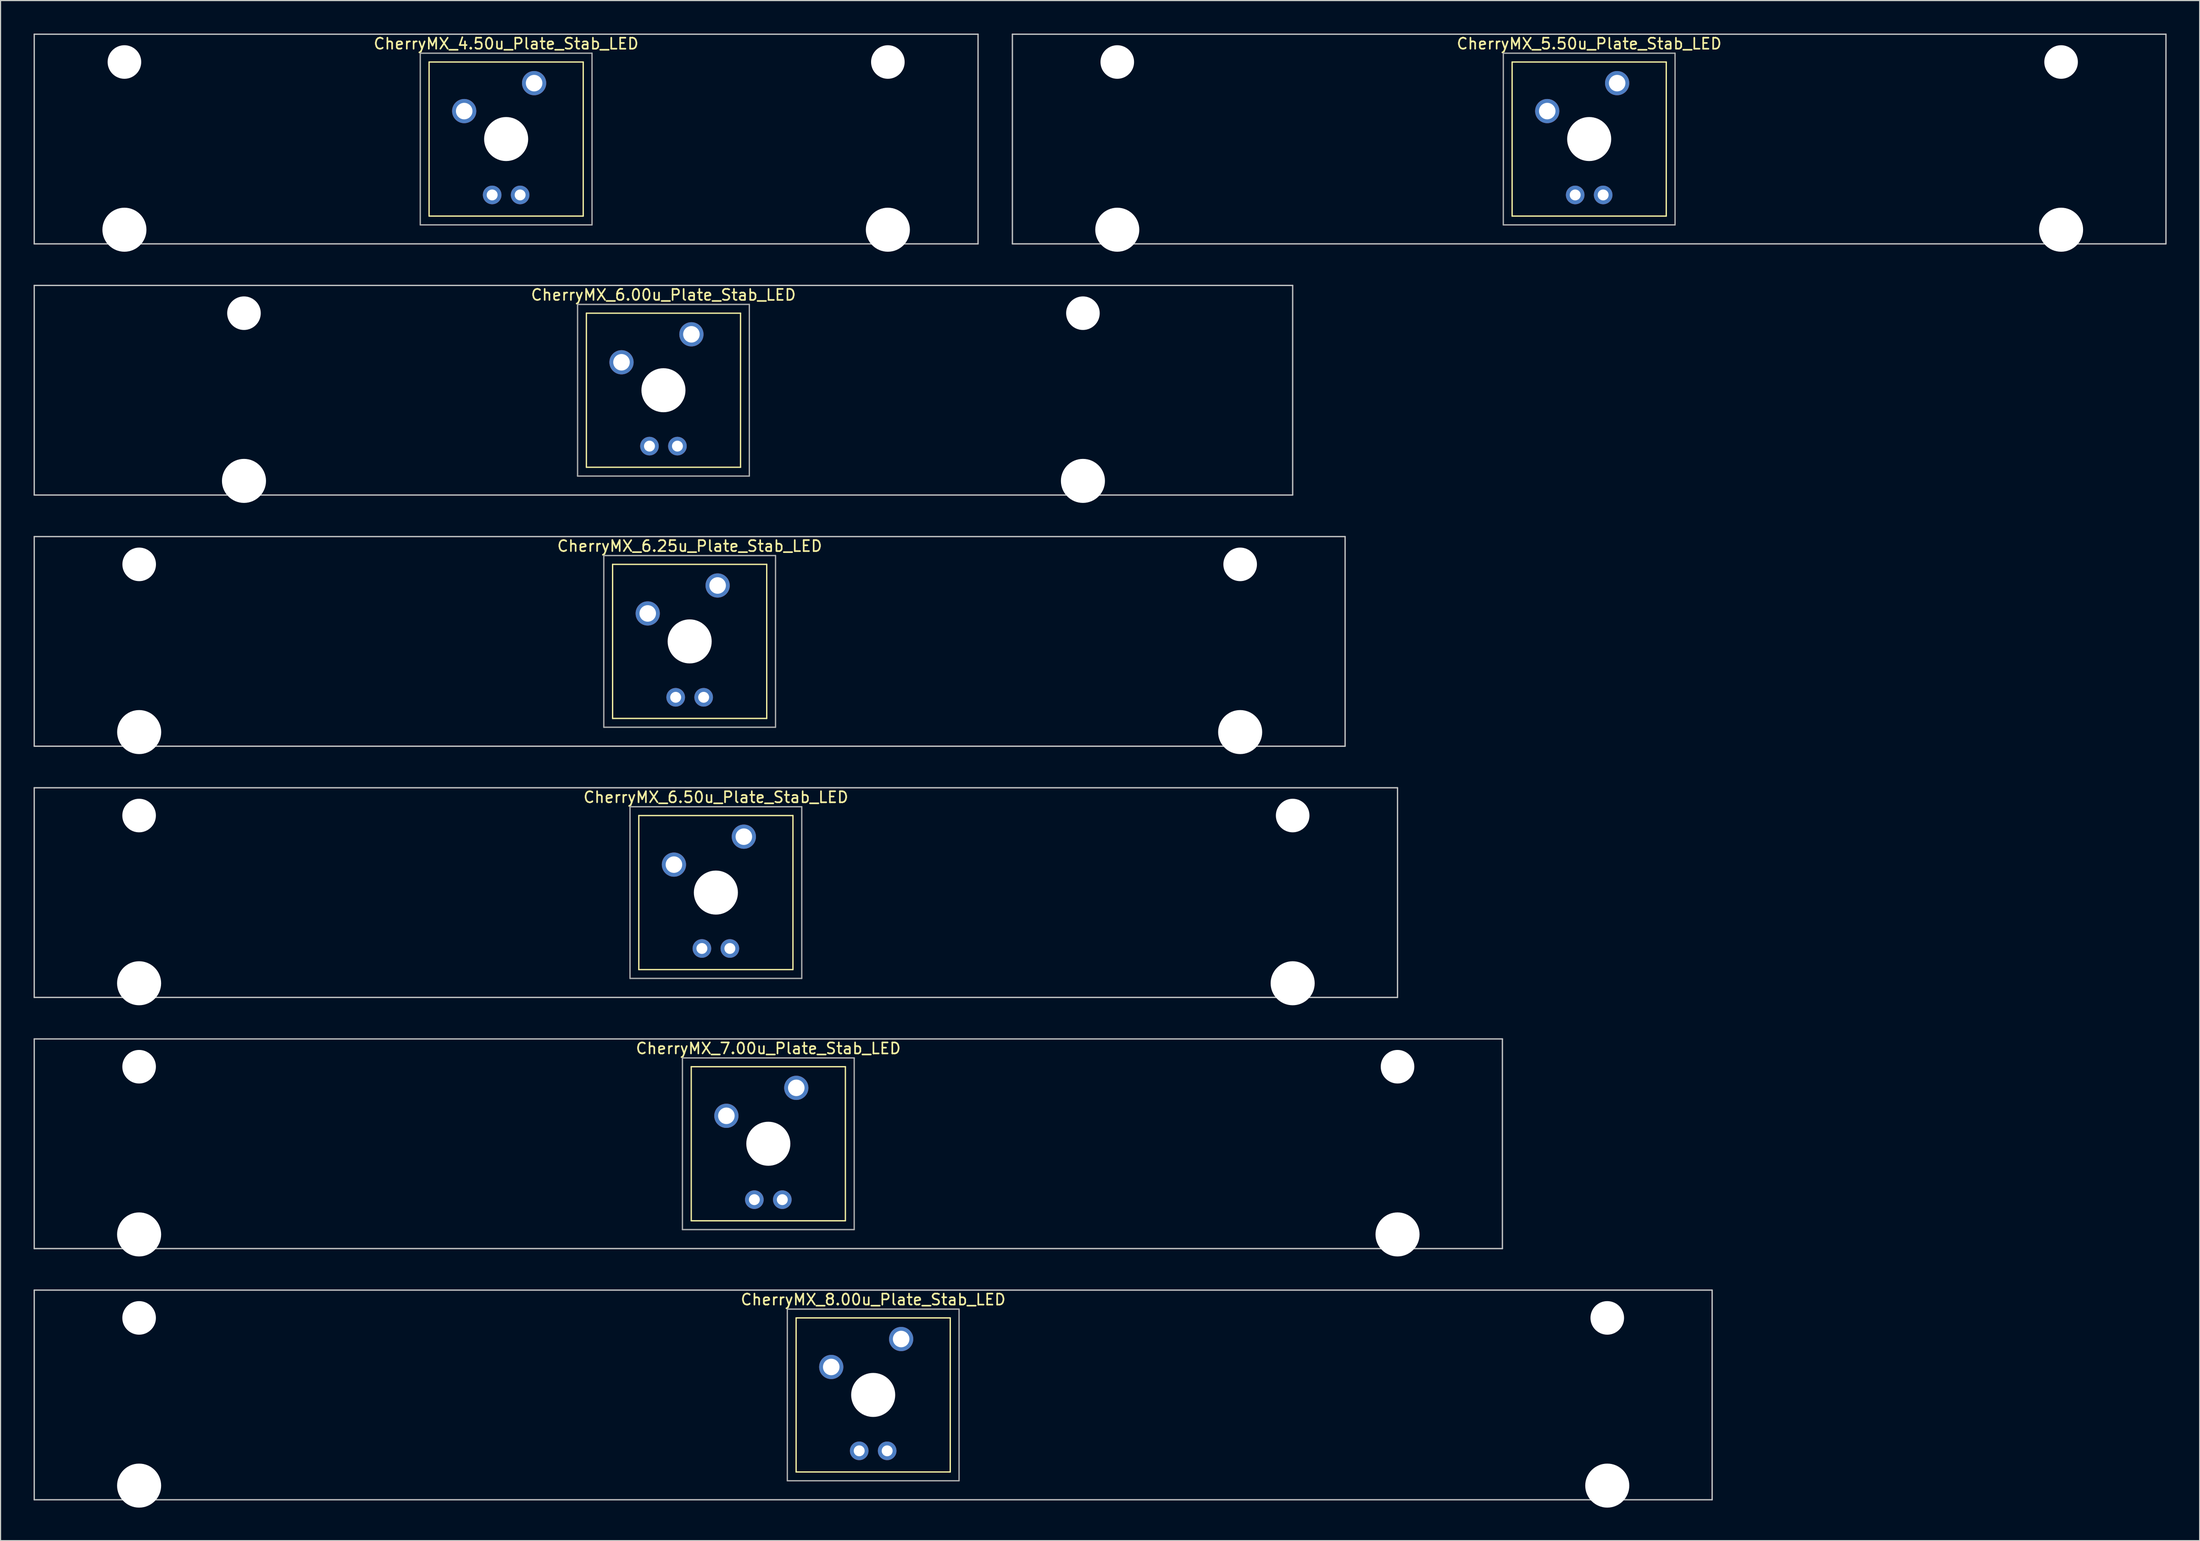
<source format=kicad_pcb>
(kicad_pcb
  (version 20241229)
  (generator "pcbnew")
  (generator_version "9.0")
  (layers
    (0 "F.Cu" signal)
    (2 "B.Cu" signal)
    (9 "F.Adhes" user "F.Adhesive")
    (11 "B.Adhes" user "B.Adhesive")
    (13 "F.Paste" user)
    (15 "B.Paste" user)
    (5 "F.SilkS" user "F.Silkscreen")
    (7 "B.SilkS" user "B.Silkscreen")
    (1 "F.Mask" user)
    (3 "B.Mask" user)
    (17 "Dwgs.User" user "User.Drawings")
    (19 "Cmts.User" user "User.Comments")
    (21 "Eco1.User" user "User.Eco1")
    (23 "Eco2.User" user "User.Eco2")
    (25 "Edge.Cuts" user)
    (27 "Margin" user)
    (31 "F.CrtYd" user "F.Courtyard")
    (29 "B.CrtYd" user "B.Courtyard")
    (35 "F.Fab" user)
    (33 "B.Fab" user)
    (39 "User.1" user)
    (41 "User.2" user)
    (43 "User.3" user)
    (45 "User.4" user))
  (footprint "CherryMX_4.50u_Plate_Stab_LED"
    (layer "F.Cu")
    (at 42.922 9.585)
    (property "Reference" "CherryMX_4.50u_Plate_Stab_LED" (at 0 -8.662 0) (layer "F.SilkS") (effects (font (size 1 1) (thickness 0.15))))
    (attr through_hole)
    (fp_line (start -7 -7) (end -7 7) (stroke (width 0.12) (type solid)) (layer "F.SilkS"))
    (fp_line (start -7 -7) (end 7 -7) (stroke (width 0.12) (type solid)) (layer "F.SilkS"))
    (fp_line (start 7 -7) (end 7 7) (stroke (width 0.12) (type solid)) (layer "F.SilkS"))
    (fp_line (start 7 7) (end -7 7) (stroke (width 0.12) (type solid)) (layer "F.SilkS"))
    (fp_line (start -42.862 -9.525) (end 42.862 -9.525) (stroke (width 0.12) (type solid)) (layer "Dwgs.User"))
    (fp_line (start -42.862 9.525) (end -42.862 -9.525) (stroke (width 0.12) (type solid)) (layer "Dwgs.User"))
    (fp_line (start 42.862 -9.525) (end 42.862 9.525) (stroke (width 0.12) (type solid)) (layer "Dwgs.User"))
    (fp_line (start 42.862 9.525) (end -42.862 9.525) (stroke (width 0.12) (type solid)) (layer "Dwgs.User"))
    (fp_line (start -7.8 -7.8) (end -7.8 7.8) (stroke (width 0.12) (type solid)) (layer "F.Fab"))
    (fp_line (start -7.8 -7.8) (end 7.8 -7.8) (stroke (width 0.12) (type solid)) (layer "F.Fab"))
    (fp_line (start -7.8 7.8) (end 7.8 7.8) (stroke (width 0.12) (type solid)) (layer "F.Fab"))
    (fp_line (start 7.8 -7.8) (end 7.8 7.8) (stroke (width 0.12) (type solid)) (layer "F.Fab"))
    (pad "" np_thru_hole circle (at -34.671 -7) (size 3.05 3.05) (drill 3.05) (layers "*.Cu" "*.Mask"))
    (pad "" np_thru_hole circle (at -34.671 8.24) (size 4 4) (drill 4) (layers "*.Cu" "*.Mask"))
    (pad "" np_thru_hole circle (at 0 0) (size 4 4) (drill 4) (layers "*.Cu" "*.Mask"))
    (pad "" np_thru_hole circle (at 34.671 -7) (size 3.05 3.05) (drill 3.05) (layers "*.Cu" "*.Mask"))
    (pad "" np_thru_hole circle (at 34.671 8.24) (size 4 4) (drill 4) (layers "*.Cu" "*.Mask"))
    (pad "1" thru_hole circle (at -3.81 -2.54) (size 2.2 2.2) (drill 1.5) (layers "*.Cu" "*.Mask"))
    (pad "2" thru_hole circle (at 2.54 -5.08) (size 2.2 2.2) (drill 1.5) (layers "*.Cu" "*.Mask"))
    (pad "3" thru_hole circle (at -1.27 5.08) (size 1.691 1.691) (drill 0.991) (layers "*.Cu" "*.Mask"))
    (pad "4" thru_hole circle (at 1.27 5.08) (size 1.691 1.691) (drill 0.991) (layers "*.Cu" "*.Mask")))
  (footprint "CherryMX_6.25u_Plate_Stab_LED"
    (layer "F.Cu")
    (at 59.591 55.235)
    (property "Reference" "CherryMX_6.25u_Plate_Stab_LED" (at 0 -8.662 0) (layer "F.SilkS") (effects (font (size 1 1) (thickness 0.15))))
    (attr through_hole)
    (fp_line (start -7 -7) (end -7 7) (stroke (width 0.12) (type solid)) (layer "F.SilkS"))
    (fp_line (start -7 -7) (end 7 -7) (stroke (width 0.12) (type solid)) (layer "F.SilkS"))
    (fp_line (start 7 -7) (end 7 7) (stroke (width 0.12) (type solid)) (layer "F.SilkS"))
    (fp_line (start 7 7) (end -7 7) (stroke (width 0.12) (type solid)) (layer "F.SilkS"))
    (fp_line (start -59.531 -9.525) (end 59.531 -9.525) (stroke (width 0.12) (type solid)) (layer "Dwgs.User"))
    (fp_line (start -59.531 9.525) (end -59.531 -9.525) (stroke (width 0.12) (type solid)) (layer "Dwgs.User"))
    (fp_line (start 59.531 -9.525) (end 59.531 9.525) (stroke (width 0.12) (type solid)) (layer "Dwgs.User"))
    (fp_line (start 59.531 9.525) (end -59.531 9.525) (stroke (width 0.12) (type solid)) (layer "Dwgs.User"))
    (fp_line (start -7.8 -7.8) (end -7.8 7.8) (stroke (width 0.12) (type solid)) (layer "F.Fab"))
    (fp_line (start -7.8 -7.8) (end 7.8 -7.8) (stroke (width 0.12) (type solid)) (layer "F.Fab"))
    (fp_line (start -7.8 7.8) (end 7.8 7.8) (stroke (width 0.12) (type solid)) (layer "F.Fab"))
    (fp_line (start 7.8 -7.8) (end 7.8 7.8) (stroke (width 0.12) (type solid)) (layer "F.Fab"))
    (pad "" np_thru_hole circle (at -50 -7) (size 3.05 3.05) (drill 3.05) (layers "*.Cu" "*.Mask"))
    (pad "" np_thru_hole circle (at -50 8.24) (size 4 4) (drill 4) (layers "*.Cu" "*.Mask"))
    (pad "" np_thru_hole circle (at 0 0) (size 4 4) (drill 4) (layers "*.Cu" "*.Mask"))
    (pad "" np_thru_hole circle (at 50 -7) (size 3.05 3.05) (drill 3.05) (layers "*.Cu" "*.Mask"))
    (pad "" np_thru_hole circle (at 50 8.24) (size 4 4) (drill 4) (layers "*.Cu" "*.Mask"))
    (pad "1" thru_hole circle (at -3.81 -2.54) (size 2.2 2.2) (drill 1.5) (layers "*.Cu" "*.Mask"))
    (pad "2" thru_hole circle (at 2.54 -5.08) (size 2.2 2.2) (drill 1.5) (layers "*.Cu" "*.Mask"))
    (pad "3" thru_hole circle (at -1.27 5.08) (size 1.691 1.691) (drill 0.991) (layers "*.Cu" "*.Mask"))
    (pad "4" thru_hole circle (at 1.27 5.08) (size 1.691 1.691) (drill 0.991) (layers "*.Cu" "*.Mask")))
  (footprint "CherryMX_6.00u_Plate_Stab_LED"
    (layer "F.Cu")
    (at 57.21 32.41)
    (property "Reference" "CherryMX_6.00u_Plate_Stab_LED" (at 0 -8.662 0) (layer "F.SilkS") (effects (font (size 1 1) (thickness 0.15))))
    (attr through_hole)
    (fp_line (start -7 -7) (end -7 7) (stroke (width 0.12) (type solid)) (layer "F.SilkS"))
    (fp_line (start -7 -7) (end 7 -7) (stroke (width 0.12) (type solid)) (layer "F.SilkS"))
    (fp_line (start 7 -7) (end 7 7) (stroke (width 0.12) (type solid)) (layer "F.SilkS"))
    (fp_line (start 7 7) (end -7 7) (stroke (width 0.12) (type solid)) (layer "F.SilkS"))
    (fp_line (start -57.15 -9.525) (end 57.15 -9.525) (stroke (width 0.12) (type solid)) (layer "Dwgs.User"))
    (fp_line (start -57.15 9.525) (end -57.15 -9.525) (stroke (width 0.12) (type solid)) (layer "Dwgs.User"))
    (fp_line (start 57.15 -9.525) (end 57.15 9.525) (stroke (width 0.12) (type solid)) (layer "Dwgs.User"))
    (fp_line (start 57.15 9.525) (end -57.15 9.525) (stroke (width 0.12) (type solid)) (layer "Dwgs.User"))
    (fp_line (start -7.8 -7.8) (end -7.8 7.8) (stroke (width 0.12) (type solid)) (layer "F.Fab"))
    (fp_line (start -7.8 -7.8) (end 7.8 -7.8) (stroke (width 0.12) (type solid)) (layer "F.Fab"))
    (fp_line (start -7.8 7.8) (end 7.8 7.8) (stroke (width 0.12) (type solid)) (layer "F.Fab"))
    (fp_line (start 7.8 -7.8) (end 7.8 7.8) (stroke (width 0.12) (type solid)) (layer "F.Fab"))
    (pad "" np_thru_hole circle (at -38.1 -7) (size 3.05 3.05) (drill 3.05) (layers "*.Cu" "*.Mask"))
    (pad "" np_thru_hole circle (at -38.1 8.24) (size 4 4) (drill 4) (layers "*.Cu" "*.Mask"))
    (pad "" np_thru_hole circle (at 0 0) (size 4 4) (drill 4) (layers "*.Cu" "*.Mask"))
    (pad "" np_thru_hole circle (at 38.1 -7) (size 3.05 3.05) (drill 3.05) (layers "*.Cu" "*.Mask"))
    (pad "" np_thru_hole circle (at 38.1 8.24) (size 4 4) (drill 4) (layers "*.Cu" "*.Mask"))
    (pad "1" thru_hole circle (at -3.81 -2.54) (size 2.2 2.2) (drill 1.5) (layers "*.Cu" "*.Mask"))
    (pad "2" thru_hole circle (at 2.54 -5.08) (size 2.2 2.2) (drill 1.5) (layers "*.Cu" "*.Mask"))
    (pad "3" thru_hole circle (at -1.27 5.08) (size 1.691 1.691) (drill 0.991) (layers "*.Cu" "*.Mask"))
    (pad "4" thru_hole circle (at 1.27 5.08) (size 1.691 1.691) (drill 0.991) (layers "*.Cu" "*.Mask")))
  (footprint "CherryMX_8.00u_Plate_Stab_LED"
    (layer "F.Cu")
    (at 76.26 123.71)
    (property "Reference" "CherryMX_8.00u_Plate_Stab_LED" (at 0 -8.662 0) (layer "F.SilkS") (effects (font (size 1 1) (thickness 0.15))))
    (attr through_hole)
    (fp_line (start -7 -7) (end -7 7) (stroke (width 0.12) (type solid)) (layer "F.SilkS"))
    (fp_line (start -7 -7) (end 7 -7) (stroke (width 0.12) (type solid)) (layer "F.SilkS"))
    (fp_line (start 7 -7) (end 7 7) (stroke (width 0.12) (type solid)) (layer "F.SilkS"))
    (fp_line (start 7 7) (end -7 7) (stroke (width 0.12) (type solid)) (layer "F.SilkS"))
    (fp_line (start -76.2 -9.525) (end 76.2 -9.525) (stroke (width 0.12) (type solid)) (layer "Dwgs.User"))
    (fp_line (start -76.2 9.525) (end -76.2 -9.525) (stroke (width 0.12) (type solid)) (layer "Dwgs.User"))
    (fp_line (start 76.2 -9.525) (end 76.2 9.525) (stroke (width 0.12) (type solid)) (layer "Dwgs.User"))
    (fp_line (start 76.2 9.525) (end -76.2 9.525) (stroke (width 0.12) (type solid)) (layer "Dwgs.User"))
    (fp_line (start -7.8 -7.8) (end -7.8 7.8) (stroke (width 0.12) (type solid)) (layer "F.Fab"))
    (fp_line (start -7.8 -7.8) (end 7.8 -7.8) (stroke (width 0.12) (type solid)) (layer "F.Fab"))
    (fp_line (start -7.8 7.8) (end 7.8 7.8) (stroke (width 0.12) (type solid)) (layer "F.Fab"))
    (fp_line (start 7.8 -7.8) (end 7.8 7.8) (stroke (width 0.12) (type solid)) (layer "F.Fab"))
    (pad "" np_thru_hole circle (at -66.675 -7) (size 3.05 3.05) (drill 3.05) (layers "*.Cu" "*.Mask"))
    (pad "" np_thru_hole circle (at -66.675 8.24) (size 4 4) (drill 4) (layers "*.Cu" "*.Mask"))
    (pad "" np_thru_hole circle (at 0 0) (size 4 4) (drill 4) (layers "*.Cu" "*.Mask"))
    (pad "" np_thru_hole circle (at 66.675 -7) (size 3.05 3.05) (drill 3.05) (layers "*.Cu" "*.Mask"))
    (pad "" np_thru_hole circle (at 66.675 8.24) (size 4 4) (drill 4) (layers "*.Cu" "*.Mask"))
    (pad "1" thru_hole circle (at -3.81 -2.54) (size 2.2 2.2) (drill 1.5) (layers "*.Cu" "*.Mask"))
    (pad "2" thru_hole circle (at 2.54 -5.08) (size 2.2 2.2) (drill 1.5) (layers "*.Cu" "*.Mask"))
    (pad "3" thru_hole circle (at -1.27 5.08) (size 1.691 1.691) (drill 0.991) (layers "*.Cu" "*.Mask"))
    (pad "4" thru_hole circle (at 1.27 5.08) (size 1.691 1.691) (drill 0.991) (layers "*.Cu" "*.Mask")))
  (footprint "CherryMX_5.50u_Plate_Stab_LED"
    (layer "F.Cu")
    (at 141.292 9.585)
    (property "Reference" "CherryMX_5.50u_Plate_Stab_LED" (at 0 -8.662 0) (layer "F.SilkS") (effects (font (size 1 1) (thickness 0.15))))
    (attr through_hole)
    (fp_line (start -7 -7) (end -7 7) (stroke (width 0.12) (type solid)) (layer "F.SilkS"))
    (fp_line (start -7 -7) (end 7 -7) (stroke (width 0.12) (type solid)) (layer "F.SilkS"))
    (fp_line (start 7 -7) (end 7 7) (stroke (width 0.12) (type solid)) (layer "F.SilkS"))
    (fp_line (start 7 7) (end -7 7) (stroke (width 0.12) (type solid)) (layer "F.SilkS"))
    (fp_line (start -52.388 -9.525) (end 52.388 -9.525) (stroke (width 0.12) (type solid)) (layer "Dwgs.User"))
    (fp_line (start -52.388 9.525) (end -52.388 -9.525) (stroke (width 0.12) (type solid)) (layer "Dwgs.User"))
    (fp_line (start 52.388 -9.525) (end 52.388 9.525) (stroke (width 0.12) (type solid)) (layer "Dwgs.User"))
    (fp_line (start 52.388 9.525) (end -52.388 9.525) (stroke (width 0.12) (type solid)) (layer "Dwgs.User"))
    (fp_line (start -7.8 -7.8) (end -7.8 7.8) (stroke (width 0.12) (type solid)) (layer "F.Fab"))
    (fp_line (start -7.8 -7.8) (end 7.8 -7.8) (stroke (width 0.12) (type solid)) (layer "F.Fab"))
    (fp_line (start -7.8 7.8) (end 7.8 7.8) (stroke (width 0.12) (type solid)) (layer "F.Fab"))
    (fp_line (start 7.8 -7.8) (end 7.8 7.8) (stroke (width 0.12) (type solid)) (layer "F.Fab"))
    (pad "" np_thru_hole circle (at -42.862 -7) (size 3.05 3.05) (drill 3.05) (layers "*.Cu" "*.Mask"))
    (pad "" np_thru_hole circle (at -42.862 8.24) (size 4 4) (drill 4) (layers "*.Cu" "*.Mask"))
    (pad "" np_thru_hole circle (at 0 0) (size 4 4) (drill 4) (layers "*.Cu" "*.Mask"))
    (pad "" np_thru_hole circle (at 42.862 -7) (size 3.05 3.05) (drill 3.05) (layers "*.Cu" "*.Mask"))
    (pad "" np_thru_hole circle (at 42.862 8.24) (size 4 4) (drill 4) (layers "*.Cu" "*.Mask"))
    (pad "1" thru_hole circle (at -3.81 -2.54) (size 2.2 2.2) (drill 1.5) (layers "*.Cu" "*.Mask"))
    (pad "2" thru_hole circle (at 2.54 -5.08) (size 2.2 2.2) (drill 1.5) (layers "*.Cu" "*.Mask"))
    (pad "3" thru_hole circle (at -1.27 5.08) (size 1.691 1.691) (drill 0.991) (layers "*.Cu" "*.Mask"))
    (pad "4" thru_hole circle (at 1.27 5.08) (size 1.691 1.691) (drill 0.991) (layers "*.Cu" "*.Mask")))
  (footprint "CherryMX_7.00u_Plate_Stab_LED"
    (layer "F.Cu")
    (at 66.735 100.885)
    (property "Reference" "CherryMX_7.00u_Plate_Stab_LED" (at 0 -8.662 0) (layer "F.SilkS") (effects (font (size 1 1) (thickness 0.15))))
    (attr through_hole)
    (fp_line (start -7 -7) (end -7 7) (stroke (width 0.12) (type solid)) (layer "F.SilkS"))
    (fp_line (start -7 -7) (end 7 -7) (stroke (width 0.12) (type solid)) (layer "F.SilkS"))
    (fp_line (start 7 -7) (end 7 7) (stroke (width 0.12) (type solid)) (layer "F.SilkS"))
    (fp_line (start 7 7) (end -7 7) (stroke (width 0.12) (type solid)) (layer "F.SilkS"))
    (fp_line (start -66.675 -9.525) (end 66.675 -9.525) (stroke (width 0.12) (type solid)) (layer "Dwgs.User"))
    (fp_line (start -66.675 9.525) (end -66.675 -9.525) (stroke (width 0.12) (type solid)) (layer "Dwgs.User"))
    (fp_line (start 66.675 -9.525) (end 66.675 9.525) (stroke (width 0.12) (type solid)) (layer "Dwgs.User"))
    (fp_line (start 66.675 9.525) (end -66.675 9.525) (stroke (width 0.12) (type solid)) (layer "Dwgs.User"))
    (fp_line (start -7.8 -7.8) (end -7.8 7.8) (stroke (width 0.12) (type solid)) (layer "F.Fab"))
    (fp_line (start -7.8 -7.8) (end 7.8 -7.8) (stroke (width 0.12) (type solid)) (layer "F.Fab"))
    (fp_line (start -7.8 7.8) (end 7.8 7.8) (stroke (width 0.12) (type solid)) (layer "F.Fab"))
    (fp_line (start 7.8 -7.8) (end 7.8 7.8) (stroke (width 0.12) (type solid)) (layer "F.Fab"))
    (pad "" np_thru_hole circle (at -57.15 -7) (size 3.05 3.05) (drill 3.05) (layers "*.Cu" "*.Mask"))
    (pad "" np_thru_hole circle (at -57.15 8.24) (size 4 4) (drill 4) (layers "*.Cu" "*.Mask"))
    (pad "" np_thru_hole circle (at 0 0) (size 4 4) (drill 4) (layers "*.Cu" "*.Mask"))
    (pad "" np_thru_hole circle (at 57.15 -7) (size 3.05 3.05) (drill 3.05) (layers "*.Cu" "*.Mask"))
    (pad "" np_thru_hole circle (at 57.15 8.24) (size 4 4) (drill 4) (layers "*.Cu" "*.Mask"))
    (pad "1" thru_hole circle (at -3.81 -2.54) (size 2.2 2.2) (drill 1.5) (layers "*.Cu" "*.Mask"))
    (pad "2" thru_hole circle (at 2.54 -5.08) (size 2.2 2.2) (drill 1.5) (layers "*.Cu" "*.Mask"))
    (pad "3" thru_hole circle (at -1.27 5.08) (size 1.691 1.691) (drill 0.991) (layers "*.Cu" "*.Mask"))
    (pad "4" thru_hole circle (at 1.27 5.08) (size 1.691 1.691) (drill 0.991) (layers "*.Cu" "*.Mask")))
  (footprint "CherryMX_6.50u_Plate_Stab_LED"
    (layer "F.Cu")
    (at 61.972 78.06)
    (property "Reference" "CherryMX_6.50u_Plate_Stab_LED" (at 0 -8.662 0) (layer "F.SilkS") (effects (font (size 1 1) (thickness 0.15))))
    (attr through_hole)
    (fp_line (start -7 -7) (end -7 7) (stroke (width 0.12) (type solid)) (layer "F.SilkS"))
    (fp_line (start -7 -7) (end 7 -7) (stroke (width 0.12) (type solid)) (layer "F.SilkS"))
    (fp_line (start 7 -7) (end 7 7) (stroke (width 0.12) (type solid)) (layer "F.SilkS"))
    (fp_line (start 7 7) (end -7 7) (stroke (width 0.12) (type solid)) (layer "F.SilkS"))
    (fp_line (start -61.913 -9.525) (end 61.913 -9.525) (stroke (width 0.12) (type solid)) (layer "Dwgs.User"))
    (fp_line (start -61.913 9.525) (end -61.913 -9.525) (stroke (width 0.12) (type solid)) (layer "Dwgs.User"))
    (fp_line (start 61.913 -9.525) (end 61.913 9.525) (stroke (width 0.12) (type solid)) (layer "Dwgs.User"))
    (fp_line (start 61.913 9.525) (end -61.913 9.525) (stroke (width 0.12) (type solid)) (layer "Dwgs.User"))
    (fp_line (start -7.8 -7.8) (end -7.8 7.8) (stroke (width 0.12) (type solid)) (layer "F.Fab"))
    (fp_line (start -7.8 -7.8) (end 7.8 -7.8) (stroke (width 0.12) (type solid)) (layer "F.Fab"))
    (fp_line (start -7.8 7.8) (end 7.8 7.8) (stroke (width 0.12) (type solid)) (layer "F.Fab"))
    (fp_line (start 7.8 -7.8) (end 7.8 7.8) (stroke (width 0.12) (type solid)) (layer "F.Fab"))
    (pad "" np_thru_hole circle (at -52.388 -7) (size 3.05 3.05) (drill 3.05) (layers "*.Cu" "*.Mask"))
    (pad "" np_thru_hole circle (at -52.388 8.24) (size 4 4) (drill 4) (layers "*.Cu" "*.Mask"))
    (pad "" np_thru_hole circle (at 0 0) (size 4 4) (drill 4) (layers "*.Cu" "*.Mask"))
    (pad "" np_thru_hole circle (at 52.388 -7) (size 3.05 3.05) (drill 3.05) (layers "*.Cu" "*.Mask"))
    (pad "" np_thru_hole circle (at 52.388 8.24) (size 4 4) (drill 4) (layers "*.Cu" "*.Mask"))
    (pad "1" thru_hole circle (at -3.81 -2.54) (size 2.2 2.2) (drill 1.5) (layers "*.Cu" "*.Mask"))
    (pad "2" thru_hole circle (at 2.54 -5.08) (size 2.2 2.2) (drill 1.5) (layers "*.Cu" "*.Mask"))
    (pad "3" thru_hole circle (at -1.27 5.08) (size 1.691 1.691) (drill 0.991) (layers "*.Cu" "*.Mask"))
    (pad "4" thru_hole circle (at 1.27 5.08) (size 1.691 1.691) (drill 0.991) (layers "*.Cu" "*.Mask")))
  (gr_rect
    (start -3 -3)
    (end 196.74 136.95)
    (stroke (width 0.1) (type default))
    (fill no)
    (layer "Edge.Cuts")))
</source>
